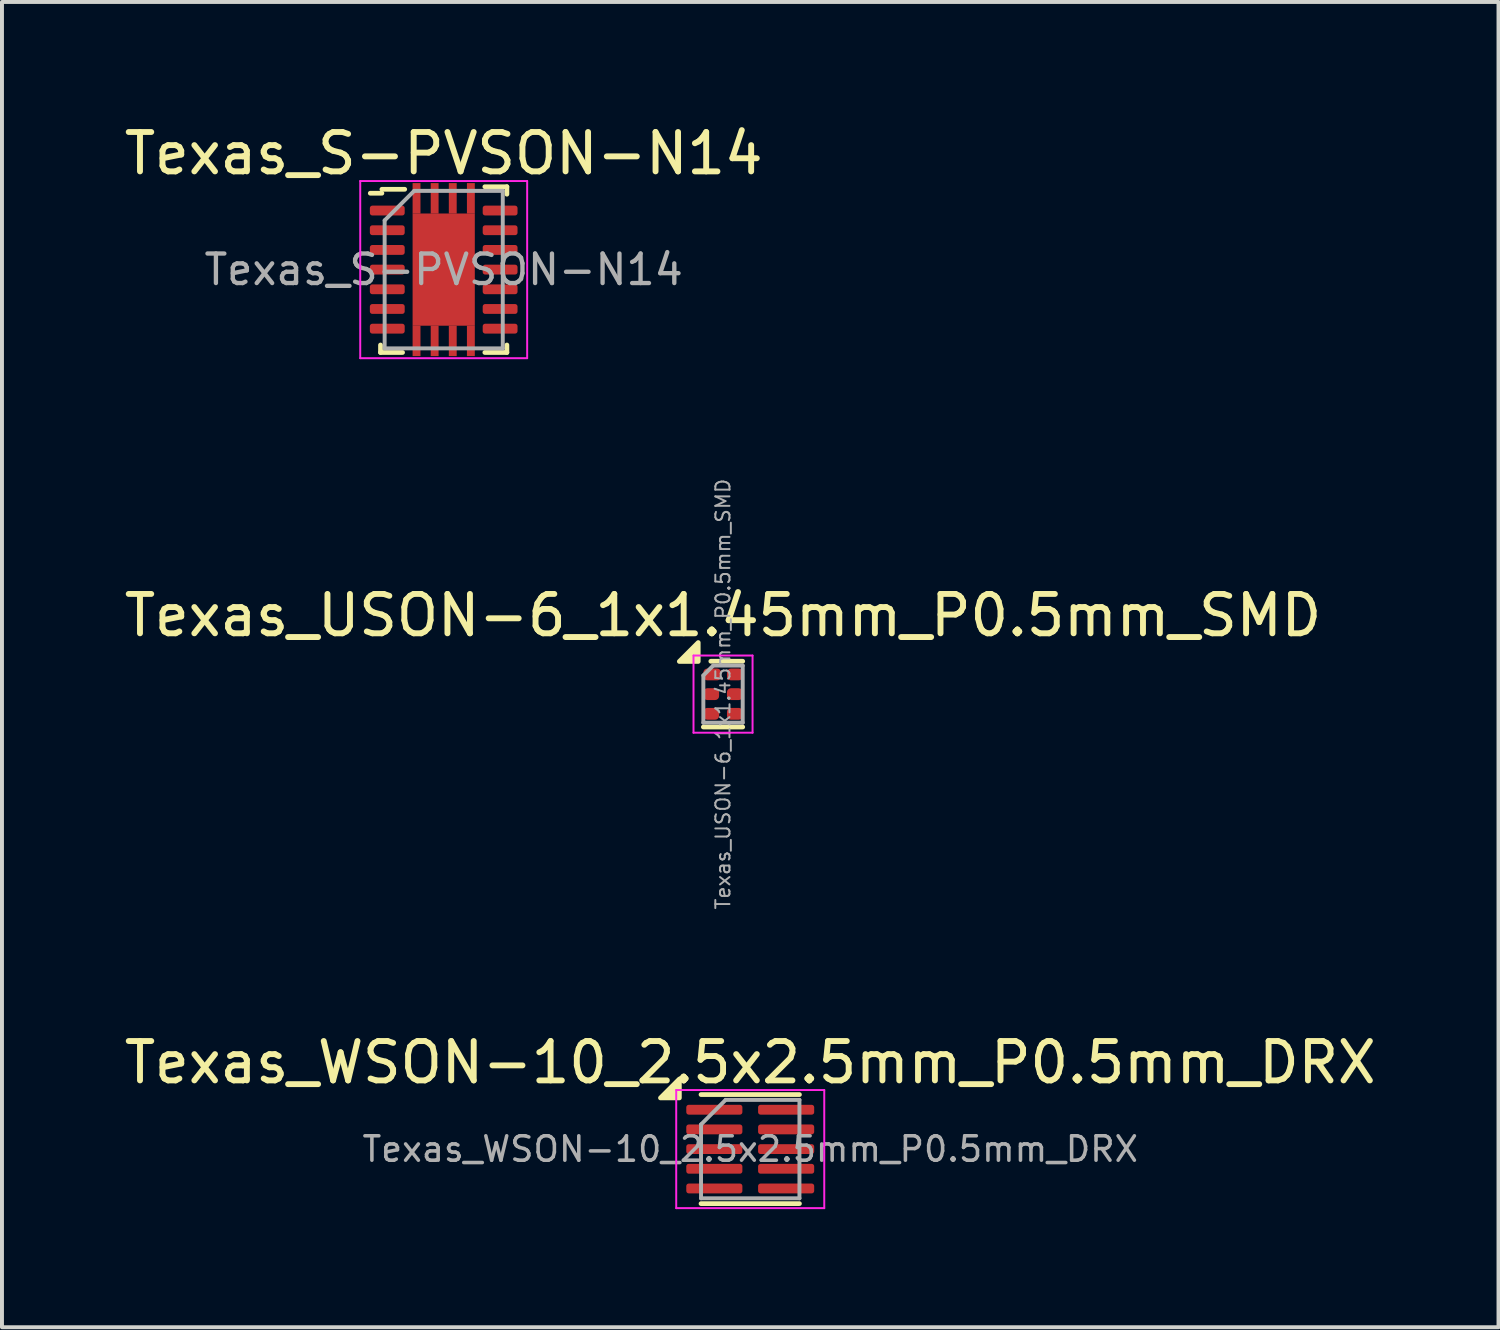
<source format=kicad_pcb>
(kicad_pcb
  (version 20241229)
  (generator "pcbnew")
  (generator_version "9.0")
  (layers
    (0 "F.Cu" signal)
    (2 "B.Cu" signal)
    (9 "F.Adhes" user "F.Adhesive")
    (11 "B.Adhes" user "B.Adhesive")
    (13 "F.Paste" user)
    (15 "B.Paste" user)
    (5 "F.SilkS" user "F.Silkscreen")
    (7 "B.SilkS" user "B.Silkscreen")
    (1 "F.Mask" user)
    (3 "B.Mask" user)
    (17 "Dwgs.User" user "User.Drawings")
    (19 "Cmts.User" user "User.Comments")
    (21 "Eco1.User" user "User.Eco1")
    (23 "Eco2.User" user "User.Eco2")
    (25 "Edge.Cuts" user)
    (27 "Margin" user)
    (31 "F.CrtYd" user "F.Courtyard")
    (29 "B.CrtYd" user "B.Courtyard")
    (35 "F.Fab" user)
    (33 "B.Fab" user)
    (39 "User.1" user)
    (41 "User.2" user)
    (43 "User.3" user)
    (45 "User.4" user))
  (footprint "Texas_WSON-10_2.5x2.5mm_P0.5mm_DRX"
    (layer "F.Cu")
    (at 16.006 26.137)
    (property "Reference" "Texas_WSON-10_2.5x2.5mm_P0.5mm_DRX" (at 0 -2.2 0) (layer "F.SilkS") (effects (font (size 1 1) (thickness 0.15))))
    (attr smd)
    (fp_line (start -1.25 -1.385) (end 1.25 -1.385) (stroke (width 0.12) (type solid)) (layer "F.SilkS"))
    (fp_line (start -1.25 1.385) (end 1.25 1.385) (stroke (width 0.12) (type solid)) (layer "F.SilkS"))
    (fp_poly (pts (xy -1.8 -1.3) (xy -2.28 -1.3) (xy -1.8 -1.78) (xy -1.8 -1.3)) (stroke (width 0.12) (type solid)) (fill yes) (layer "F.SilkS"))
    (fp_line (start -1.88 -1.5) (end -1.88 1.5) (stroke (width 0.05) (type solid)) (layer "F.CrtYd"))
    (fp_line (start -1.88 1.5) (end 1.88 1.5) (stroke (width 0.05) (type solid)) (layer "F.CrtYd"))
    (fp_line (start 1.88 -1.5) (end -1.88 -1.5) (stroke (width 0.05) (type solid)) (layer "F.CrtYd"))
    (fp_line (start 1.88 1.5) (end 1.88 -1.5) (stroke (width 0.05) (type solid)) (layer "F.CrtYd"))
    (fp_line (start -1.25 -0.625) (end -0.625 -1.25) (stroke (width 0.1) (type solid)) (layer "F.Fab"))
    (fp_line (start -1.25 1.25) (end -1.25 -0.625) (stroke (width 0.1) (type solid)) (layer "F.Fab"))
    (fp_line (start -0.625 -1.25) (end 1.25 -1.25) (stroke (width 0.1) (type solid)) (layer "F.Fab"))
    (fp_line (start 1.25 -1.25) (end 1.25 1.25) (stroke (width 0.1) (type solid)) (layer "F.Fab"))
    (fp_line (start 1.25 1.25) (end -1.25 1.25) (stroke (width 0.1) (type solid)) (layer "F.Fab"))
    (fp_text user "${REFERENCE}" (at 0 0 0) (layer "F.Fab") (effects (font (size 0.62 0.62) (thickness 0.09))))
    (pad "1" smd roundrect (at -0.912 -1) (size 1.425 0.25) (layers "F.Cu" "F.Mask" "F.Paste") (roundrect_rratio 0.25))
    (pad "2" smd roundrect (at -0.912 -0.5) (size 1.425 0.25) (layers "F.Cu" "F.Mask" "F.Paste") (roundrect_rratio 0.25))
    (pad "3" smd roundrect (at -0.912 0) (size 1.425 0.25) (layers "F.Cu" "F.Mask" "F.Paste") (roundrect_rratio 0.25))
    (pad "4" smd roundrect (at -0.912 0.5) (size 1.425 0.25) (layers "F.Cu" "F.Mask" "F.Paste") (roundrect_rratio 0.25))
    (pad "5" smd roundrect (at -0.912 1) (size 1.425 0.25) (layers "F.Cu" "F.Mask" "F.Paste") (roundrect_rratio 0.25))
    (pad "6" smd roundrect (at 0.912 1) (size 1.425 0.25) (layers "F.Cu" "F.Mask" "F.Paste") (roundrect_rratio 0.25))
    (pad "7" smd roundrect (at 0.912 0.5) (size 1.425 0.25) (layers "F.Cu" "F.Mask" "F.Paste") (roundrect_rratio 0.25))
    (pad "8" smd roundrect (at 0.912 0) (size 1.425 0.25) (layers "F.Cu" "F.Mask" "F.Paste") (roundrect_rratio 0.25))
    (pad "9" smd roundrect (at 0.912 -0.5) (size 1.425 0.25) (layers "F.Cu" "F.Mask" "F.Paste") (roundrect_rratio 0.25))
    (pad "10" smd roundrect (at 0.912 -1) (size 1.425 0.25) (layers "F.Cu" "F.Mask" "F.Paste") (roundrect_rratio 0.25)))
  (footprint "Texas_USON-6_1x1.45mm_P0.5mm_SMD"
    (layer "F.Cu")
    (at 15.315 14.581)
    (property "Reference" "Texas_USON-6_1x1.45mm_P0.5mm_SMD" (at 0 -2 0) (layer "F.SilkS") (effects (font (size 1 1) (thickness 0.15))))
    (attr smd)
    (fp_line (start -0.5 0.835) (end 0.5 0.835) (stroke (width 0.12) (type solid)) (layer "F.SilkS"))
    (fp_line (start -0.31 -0.835) (end 0.5 -0.835) (stroke (width 0.12) (type solid)) (layer "F.SilkS"))
    (fp_poly (pts (xy -0.63 -0.83) (xy -1.11 -0.83) (xy -0.63 -1.31) (xy -0.63 -0.83)) (stroke (width 0.12) (type solid)) (fill yes) (layer "F.SilkS"))
    (fp_line (start -0.75 -0.98) (end -0.75 0.98) (stroke (width 0.05) (type solid)) (layer "F.CrtYd"))
    (fp_line (start -0.75 0.98) (end 0.75 0.98) (stroke (width 0.05) (type solid)) (layer "F.CrtYd"))
    (fp_line (start 0.75 -0.98) (end -0.75 -0.98) (stroke (width 0.05) (type solid)) (layer "F.CrtYd"))
    (fp_line (start 0.75 0.98) (end 0.75 -0.98) (stroke (width 0.05) (type solid)) (layer "F.CrtYd"))
    (fp_line (start -0.5 -0.475) (end -0.25 -0.725) (stroke (width 0.1) (type solid)) (layer "F.Fab"))
    (fp_line (start -0.5 0.725) (end -0.5 -0.475) (stroke (width 0.1) (type solid)) (layer "F.Fab"))
    (fp_line (start -0.25 -0.725) (end 0.5 -0.725) (stroke (width 0.1) (type solid)) (layer "F.Fab"))
    (fp_line (start 0.5 -0.725) (end 0.5 0.725) (stroke (width 0.1) (type solid)) (layer "F.Fab"))
    (fp_line (start 0.5 0.725) (end -0.5 0.725) (stroke (width 0.1) (type solid)) (layer "F.Fab"))
    (fp_text user "${REFERENCE}" (at 0 0 90) (layer "F.Fab") (effects (font (size 0.36 0.36) (thickness 0.05))))
    (pad "1" smd roundrect (at -0.275 -0.5) (size 0.45 0.3) (layers "F.Cu" "F.Mask" "F.Paste") (roundrect_rratio 0.333))
    (pad "2" smd roundrect (at -0.3 0) (size 0.4 0.3) (layers "F.Cu" "F.Mask" "F.Paste") (roundrect_rratio 0.333))
    (pad "3" smd roundrect (at -0.3 0.5) (size 0.4 0.3) (layers "F.Cu" "F.Mask" "F.Paste") (roundrect_rratio 0.333))
    (pad "4" smd roundrect (at 0.3 0.5) (size 0.4 0.3) (layers "F.Cu" "F.Mask" "F.Paste") (roundrect_rratio 0.333))
    (pad "5" smd roundrect (at 0.3 0) (size 0.4 0.3) (layers "F.Cu" "F.Mask" "F.Paste") (roundrect_rratio 0.333))
    (pad "6" smd roundrect (at 0.3 -0.5) (size 0.4 0.3) (layers "F.Cu" "F.Mask" "F.Paste") (roundrect_rratio 0.333)))
  (footprint "Texas_S-PVSON-N14"
    (layer "F.Cu")
    (at 8.22 3.798)
    (property "Reference" "Texas_S-PVSON-N14" (at 0 -2.95 0) (layer "F.SilkS") (effects (font (size 1 1) (thickness 0.15))))
    (attr smd)
    (fp_line (start -1.605 2.105) (end -1.605 1.915) (stroke (width 0.12) (type solid)) (layer "F.SilkS"))
    (fp_line (start -1.605 2.105) (end -1.045 2.105) (stroke (width 0.12) (type solid)) (layer "F.SilkS"))
    (fp_line (start -1.57 -1.94) (end -1.865 -1.94) (stroke (width 0.12) (type solid)) (layer "F.SilkS"))
    (fp_line (start -0.99 -2.04) (end -1.57 -2.04) (stroke (width 0.12) (type solid)) (layer "F.SilkS"))
    (fp_line (start 1.045 -2.105) (end 1.605 -2.105) (stroke (width 0.12) (type solid)) (layer "F.SilkS"))
    (fp_line (start 1.045 2.105) (end 1.605 2.105) (stroke (width 0.12) (type solid)) (layer "F.SilkS"))
    (fp_line (start 1.605 -1.915) (end 1.605 -2.105) (stroke (width 0.12) (type solid)) (layer "F.SilkS"))
    (fp_line (start 1.605 2.105) (end 1.605 1.915) (stroke (width 0.12) (type solid)) (layer "F.SilkS"))
    (fp_line (start -2.12 -2.25) (end -2.12 2.25) (stroke (width 0.05) (type solid)) (layer "F.CrtYd"))
    (fp_line (start -2.12 2.25) (end 2.12 2.25) (stroke (width 0.05) (type solid)) (layer "F.CrtYd"))
    (fp_line (start 2.12 -2.25) (end -2.12 -2.25) (stroke (width 0.05) (type solid)) (layer "F.CrtYd"))
    (fp_line (start 2.12 2.25) (end 2.12 -2.25) (stroke (width 0.05) (type solid)) (layer "F.CrtYd"))
    (fp_line (start -1.5 -1.25) (end -0.75 -2) (stroke (width 0.1) (type solid)) (layer "F.Fab"))
    (fp_line (start -1.5 2) (end -1.5 -1.25) (stroke (width 0.1) (type solid)) (layer "F.Fab"))
    (fp_line (start -0.75 -2) (end 1.5 -2) (stroke (width 0.1) (type solid)) (layer "F.Fab"))
    (fp_line (start 1.5 -2) (end 1.5 2) (stroke (width 0.1) (type solid)) (layer "F.Fab"))
    (fp_line (start 1.5 2) (end -1.5 2) (stroke (width 0.1) (type solid)) (layer "F.Fab"))
    (fp_text user "${REFERENCE}" (at 0 0 0) (layer "F.Fab") (effects (font (size 0.75 0.75) (thickness 0.11))))
    (pad "" smd roundrect (at -0.395 -0.71) (size 0.64 1.15) (layers "F.Paste") (roundrect_rratio 0.25))
    (pad "" smd roundrect (at -0.395 0.71) (size 0.64 1.15) (layers "F.Paste") (roundrect_rratio 0.25))
    (pad "" smd roundrect (at 0.395 -0.71) (size 0.64 1.15) (layers "F.Paste") (roundrect_rratio 0.25))
    (pad "" smd roundrect (at 0.395 0.71) (size 0.64 1.15) (layers "F.Paste") (roundrect_rratio 0.25))
    (pad "1" smd roundrect (at -1.433 -1.5) (size 0.885 0.25) (layers "F.Cu" "F.Mask" "F.Paste") (roundrect_rratio 0.25))
    (pad "2" smd roundrect (at -1.433 -1) (size 0.885 0.25) (layers "F.Cu" "F.Mask" "F.Paste") (roundrect_rratio 0.25))
    (pad "3" smd roundrect (at -1.433 -0.5) (size 0.885 0.25) (layers "F.Cu" "F.Mask" "F.Paste") (roundrect_rratio 0.25))
    (pad "4" smd roundrect (at -1.433 0) (size 0.885 0.25) (layers "F.Cu" "F.Mask" "F.Paste") (roundrect_rratio 0.25))
    (pad "5" smd roundrect (at -1.433 0.5) (size 0.885 0.25) (layers "F.Cu" "F.Mask" "F.Paste") (roundrect_rratio 0.25))
    (pad "6" smd roundrect (at -1.433 1) (size 0.885 0.25) (layers "F.Cu" "F.Mask" "F.Paste") (roundrect_rratio 0.25))
    (pad "7" smd roundrect (at -1.433 1.5) (size 0.885 0.25) (layers "F.Cu" "F.Mask" "F.Paste") (roundrect_rratio 0.25))
    (pad "8" smd roundrect (at 1.433 1.5) (size 0.885 0.25) (layers "F.Cu" "F.Mask" "F.Paste") (roundrect_rratio 0.25))
    (pad "9" smd roundrect (at 1.433 1) (size 0.885 0.25) (layers "F.Cu" "F.Mask" "F.Paste") (roundrect_rratio 0.25))
    (pad "10" smd roundrect (at 1.433 0.5) (size 0.885 0.25) (layers "F.Cu" "F.Mask" "F.Paste") (roundrect_rratio 0.25))
    (pad "11" smd roundrect (at 1.433 0) (size 0.885 0.25) (layers "F.Cu" "F.Mask" "F.Paste") (roundrect_rratio 0.25))
    (pad "12" smd roundrect (at 1.433 -0.5) (size 0.885 0.25) (layers "F.Cu" "F.Mask" "F.Paste") (roundrect_rratio 0.25))
    (pad "13" smd roundrect (at 1.433 -1) (size 0.885 0.25) (layers "F.Cu" "F.Mask" "F.Paste") (roundrect_rratio 0.25))
    (pad "14" smd roundrect (at 1.433 -1.5) (size 0.885 0.25) (layers "F.Cu" "F.Mask" "F.Paste") (roundrect_rratio 0.25))
    (pad "15" smd rect (at -0.69 -1.81) (size 0.2 0.775) (layers "F.Cu" "F.Mask" "F.Paste"))
    (pad "15" smd rect (at -0.69 1.81) (size 0.2 0.775) (layers "F.Cu" "F.Mask" "F.Paste"))
    (pad "15" smd rect (at -0.23 -1.81) (size 0.2 0.775) (layers "F.Cu" "F.Mask" "F.Paste"))
    (pad "15" smd rect (at -0.23 1.81) (size 0.2 0.775) (layers "F.Cu" "F.Mask" "F.Paste"))
    (pad "15" smd rect (at 0 0) (size 1.58 2.85) (layers "F.Cu" "F.Mask"))
    (pad "15" smd rect (at 0.23 -1.81) (size 0.2 0.775) (layers "F.Cu" "F.Mask" "F.Paste"))
    (pad "15" smd rect (at 0.23 1.81) (size 0.2 0.775) (layers "F.Cu" "F.Mask" "F.Paste"))
    (pad "15" smd rect (at 0.69 -1.81) (size 0.2 0.775) (layers "F.Cu" "F.Mask" "F.Paste"))
    (pad "15" smd rect (at 0.69 1.81) (size 0.2 0.775) (layers "F.Cu" "F.Mask" "F.Paste")))
  (gr_rect
    (start -3 -3)
    (end 35.012 30.662)
    (stroke (width 0.1) (type default))
    (fill no)
    (layer "Edge.Cuts")))
</source>
